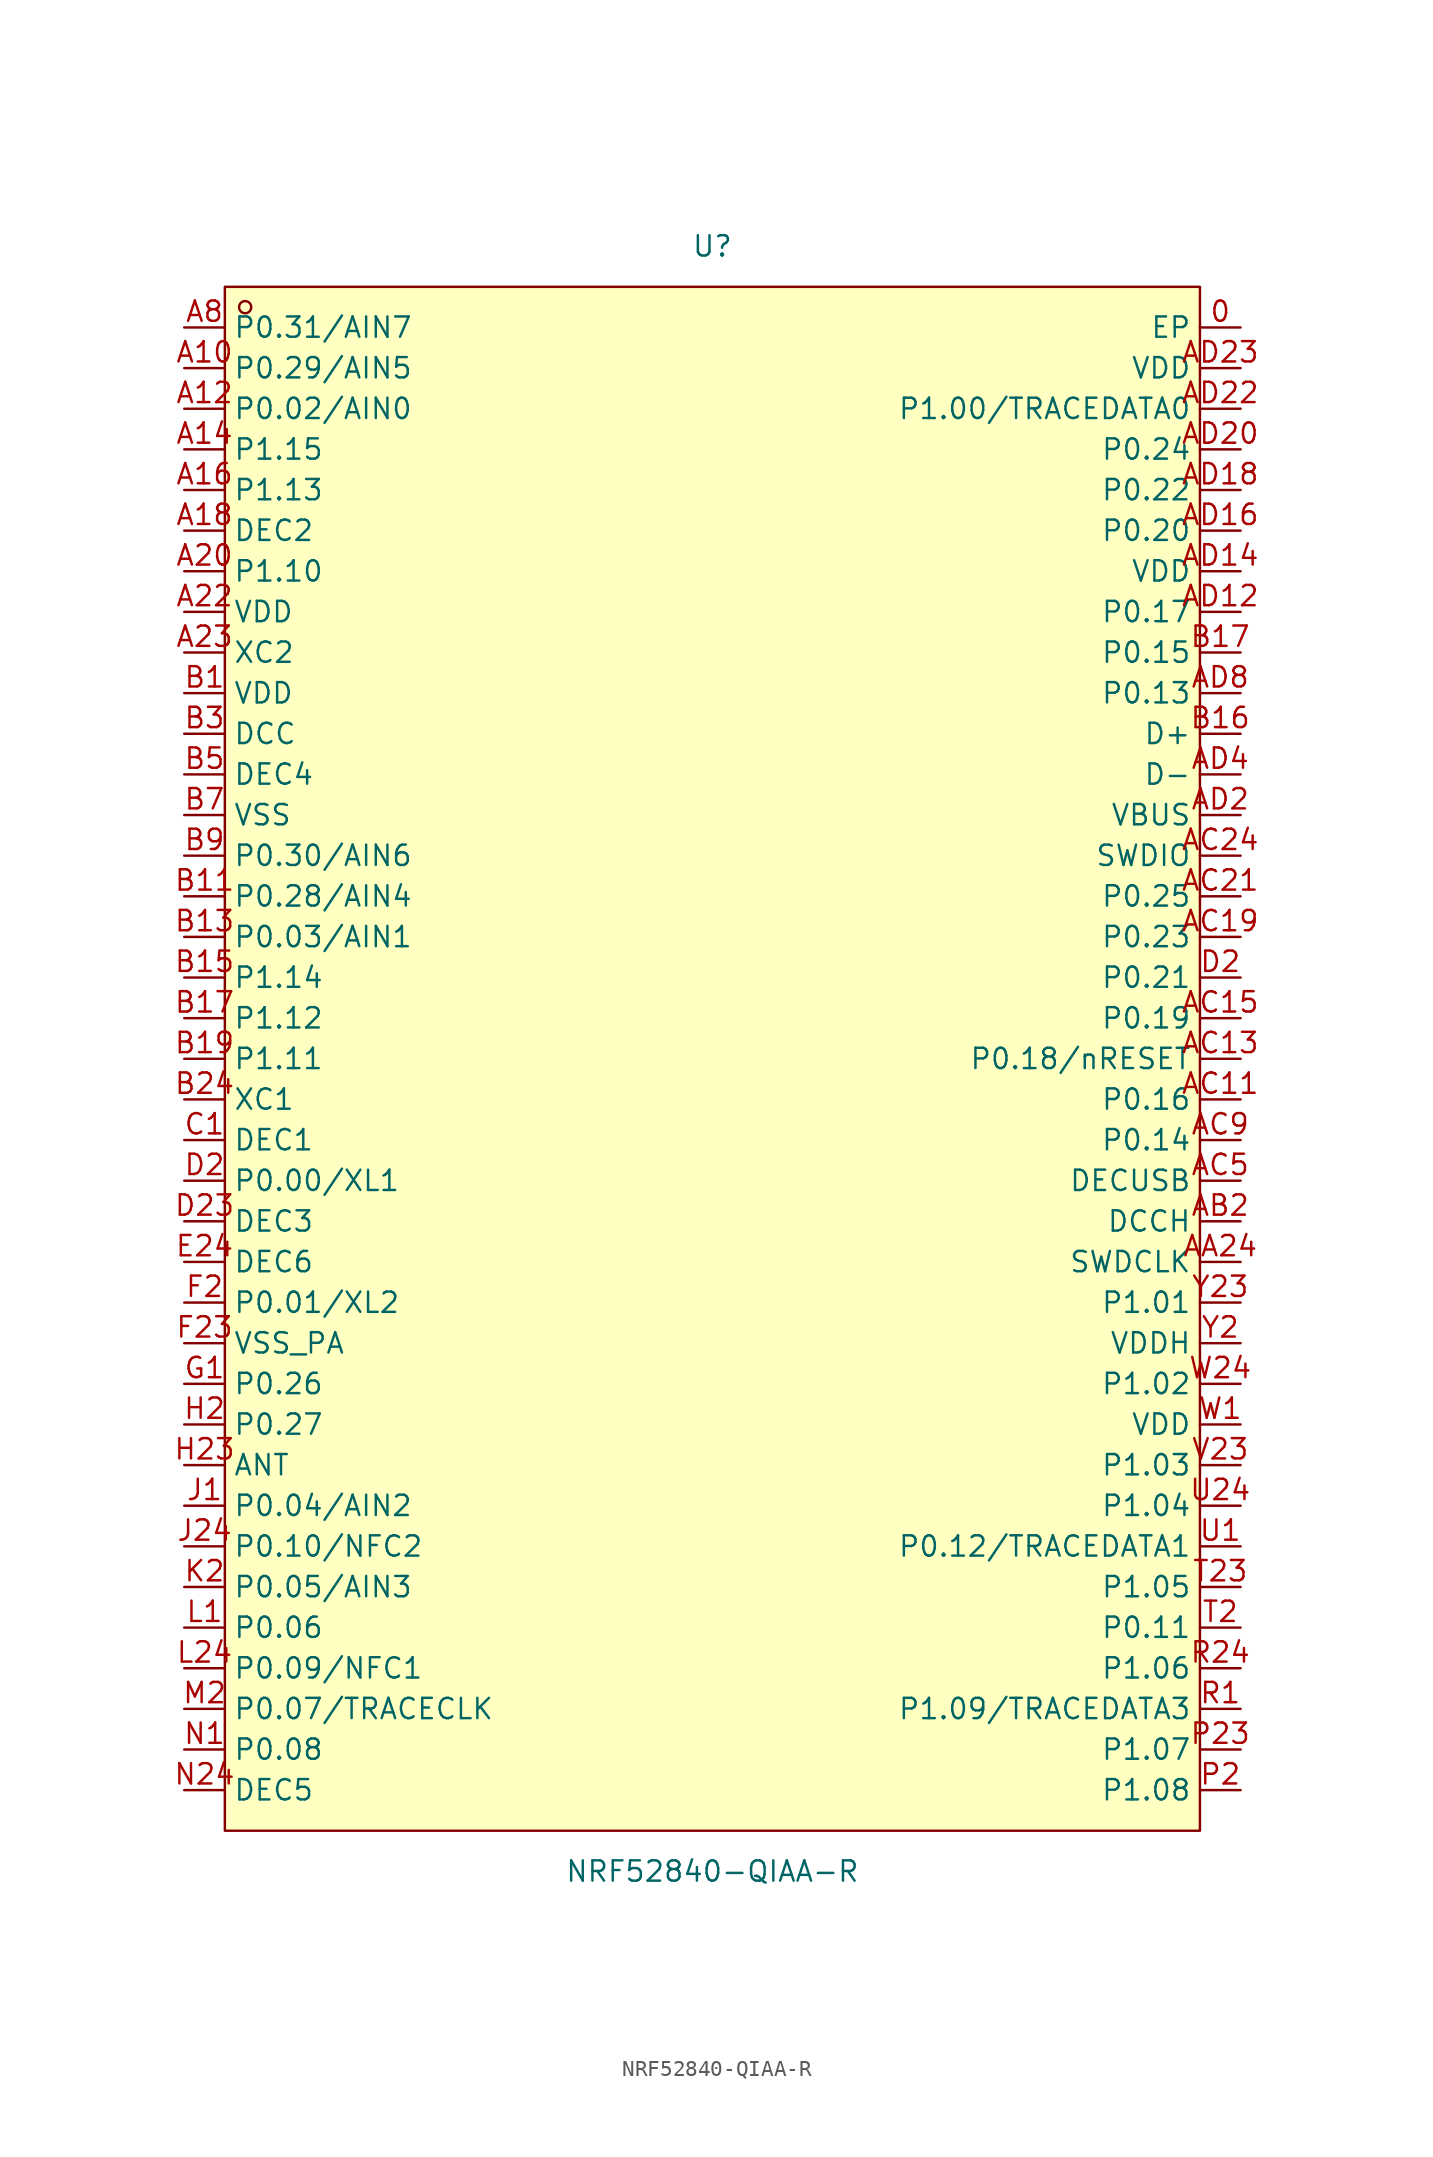
<source format=kicad_sym>
(kicad_symbol_lib
  (version 20211014)
  (generator https://github.com/uPesy/easyeda2kicad.py)
  (symbol "NRF52840-QIAA-R"
    (property "Reference" "U"
      (at 0 50.80 0)
      (effects (font (size 1.27 1.27))))
    (property "Value" "NRF52840-QIAA-R"
      (at 0 -50.80 0)
      (effects (font (size 1.27 1.27))))
    (symbol "NRF52840-QIAA-R_0_1"
      (rectangle (start -30.48 48.26) (end 30.48 -48.26) (stroke (width 0) (type default) (color 0 0 0 0)) (fill (type background)))
      (circle (center -29.21 46.99) (radius 0.38) (stroke (width 0) (type default) (color 0 0 0 0)) (fill (type none)))
      (pin unspecified line (at -33.02 45.72 0) (length 2.54) (name "P0.31/AIN7" (effects (font (size 1.27 1.27)))) (number "A8" (effects (font (size 1.27 1.27)))))
      (pin unspecified line (at -33.02 43.18 0) (length 2.54) (name "P0.29/AIN5" (effects (font (size 1.27 1.27)))) (number "A10" (effects (font (size 1.27 1.27)))))
      (pin unspecified line (at -33.02 40.64 0) (length 2.54) (name "P0.02/AIN0" (effects (font (size 1.27 1.27)))) (number "A12" (effects (font (size 1.27 1.27)))))
      (pin unspecified line (at -33.02 38.10 0) (length 2.54) (name "P1.15" (effects (font (size 1.27 1.27)))) (number "A14" (effects (font (size 1.27 1.27)))))
      (pin unspecified line (at -33.02 35.56 0) (length 2.54) (name "P1.13" (effects (font (size 1.27 1.27)))) (number "A16" (effects (font (size 1.27 1.27)))))
      (pin unspecified line (at -33.02 33.02 0) (length 2.54) (name "DEC2" (effects (font (size 1.27 1.27)))) (number "A18" (effects (font (size 1.27 1.27)))))
      (pin unspecified line (at -33.02 30.48 0) (length 2.54) (name "P1.10" (effects (font (size 1.27 1.27)))) (number "A20" (effects (font (size 1.27 1.27)))))
      (pin unspecified line (at -33.02 27.94 0) (length 2.54) (name "VDD" (effects (font (size 1.27 1.27)))) (number "A22" (effects (font (size 1.27 1.27)))))
      (pin unspecified line (at -33.02 25.40 0) (length 2.54) (name "XC2" (effects (font (size 1.27 1.27)))) (number "A23" (effects (font (size 1.27 1.27)))))
      (pin unspecified line (at -33.02 22.86 0) (length 2.54) (name "VDD" (effects (font (size 1.27 1.27)))) (number "B1" (effects (font (size 1.27 1.27)))))
      (pin unspecified line (at -33.02 20.32 0) (length 2.54) (name "DCC" (effects (font (size 1.27 1.27)))) (number "B3" (effects (font (size 1.27 1.27)))))
      (pin unspecified line (at -33.02 17.78 0) (length 2.54) (name "DEC4" (effects (font (size 1.27 1.27)))) (number "B5" (effects (font (size 1.27 1.27)))))
      (pin unspecified line (at -33.02 15.24 0) (length 2.54) (name "VSS" (effects (font (size 1.27 1.27)))) (number "B7" (effects (font (size 1.27 1.27)))))
      (pin unspecified line (at -33.02 12.70 0) (length 2.54) (name "P0.30/AIN6" (effects (font (size 1.27 1.27)))) (number "B9" (effects (font (size 1.27 1.27)))))
      (pin unspecified line (at -33.02 10.16 0) (length 2.54) (name "P0.28/AIN4" (effects (font (size 1.27 1.27)))) (number "B11" (effects (font (size 1.27 1.27)))))
      (pin unspecified line (at -33.02 7.62 0) (length 2.54) (name "P0.03/AIN1" (effects (font (size 1.27 1.27)))) (number "B13" (effects (font (size 1.27 1.27)))))
      (pin unspecified line (at -33.02 5.08 0) (length 2.54) (name "P1.14" (effects (font (size 1.27 1.27)))) (number "B15" (effects (font (size 1.27 1.27)))))
      (pin unspecified line (at -33.02 2.54 0) (length 2.54) (name "P1.12" (effects (font (size 1.27 1.27)))) (number "B17" (effects (font (size 1.27 1.27)))))
      (pin unspecified line (at -33.02 -0.00 0) (length 2.54) (name "P1.11" (effects (font (size 1.27 1.27)))) (number "B19" (effects (font (size 1.27 1.27)))))
      (pin unspecified line (at -33.02 -2.54 0) (length 2.54) (name "XC1" (effects (font (size 1.27 1.27)))) (number "B24" (effects (font (size 1.27 1.27)))))
      (pin unspecified line (at -33.02 -5.08 0) (length 2.54) (name "DEC1" (effects (font (size 1.27 1.27)))) (number "C1" (effects (font (size 1.27 1.27)))))
      (pin unspecified line (at -33.02 -7.62 0) (length 2.54) (name "P0.00/XL1" (effects (font (size 1.27 1.27)))) (number "D2" (effects (font (size 1.27 1.27)))))
      (pin unspecified line (at -33.02 -10.16 0) (length 2.54) (name "DEC3" (effects (font (size 1.27 1.27)))) (number "D23" (effects (font (size 1.27 1.27)))))
      (pin unspecified line (at -33.02 -12.70 0) (length 2.54) (name "DEC6" (effects (font (size 1.27 1.27)))) (number "E24" (effects (font (size 1.27 1.27)))))
      (pin unspecified line (at -33.02 -15.24 0) (length 2.54) (name "P0.01/XL2" (effects (font (size 1.27 1.27)))) (number "F2" (effects (font (size 1.27 1.27)))))
      (pin unspecified line (at -33.02 -17.78 0) (length 2.54) (name "VSS_PA" (effects (font (size 1.27 1.27)))) (number "F23" (effects (font (size 1.27 1.27)))))
      (pin unspecified line (at -33.02 -20.32 0) (length 2.54) (name "P0.26" (effects (font (size 1.27 1.27)))) (number "G1" (effects (font (size 1.27 1.27)))))
      (pin unspecified line (at -33.02 -22.86 0) (length 2.54) (name "P0.27" (effects (font (size 1.27 1.27)))) (number "H2" (effects (font (size 1.27 1.27)))))
      (pin unspecified line (at -33.02 -25.40 0) (length 2.54) (name "ANT" (effects (font (size 1.27 1.27)))) (number "H23" (effects (font (size 1.27 1.27)))))
      (pin unspecified line (at -33.02 -27.94 0) (length 2.54) (name "P0.04/AIN2" (effects (font (size 1.27 1.27)))) (number "J1" (effects (font (size 1.27 1.27)))))
      (pin unspecified line (at -33.02 -30.48 0) (length 2.54) (name "P0.10/NFC2" (effects (font (size 1.27 1.27)))) (number "J24" (effects (font (size 1.27 1.27)))))
      (pin unspecified line (at -33.02 -33.02 0) (length 2.54) (name "P0.05/AIN3" (effects (font (size 1.27 1.27)))) (number "K2" (effects (font (size 1.27 1.27)))))
      (pin unspecified line (at -33.02 -35.56 0) (length 2.54) (name "P0.06" (effects (font (size 1.27 1.27)))) (number "L1" (effects (font (size 1.27 1.27)))))
      (pin unspecified line (at -33.02 -38.10 0) (length 2.54) (name "P0.09/NFC1" (effects (font (size 1.27 1.27)))) (number "L24" (effects (font (size 1.27 1.27)))))
      (pin unspecified line (at -33.02 -40.64 0) (length 2.54) (name "P0.07/TRACECLK" (effects (font (size 1.27 1.27)))) (number "M2" (effects (font (size 1.27 1.27)))))
      (pin unspecified line (at -33.02 -43.18 0) (length 2.54) (name "P0.08" (effects (font (size 1.27 1.27)))) (number "N1" (effects (font (size 1.27 1.27)))))
      (pin unspecified line (at -33.02 -45.72 0) (length 2.54) (name "DEC5" (effects (font (size 1.27 1.27)))) (number "N24" (effects (font (size 1.27 1.27)))))
      (pin unspecified line (at 33.02 -45.72 180) (length 2.54) (name "P1.08" (effects (font (size 1.27 1.27)))) (number "P2" (effects (font (size 1.27 1.27)))))
      (pin unspecified line (at 33.02 -43.18 180) (length 2.54) (name "P1.07" (effects (font (size 1.27 1.27)))) (number "P23" (effects (font (size 1.27 1.27)))))
      (pin unspecified line (at 33.02 -40.64 180) (length 2.54) (name "P1.09/TRACEDATA3" (effects (font (size 1.27 1.27)))) (number "R1" (effects (font (size 1.27 1.27)))))
      (pin unspecified line (at 33.02 -38.10 180) (length 2.54) (name "P1.06" (effects (font (size 1.27 1.27)))) (number "R24" (effects (font (size 1.27 1.27)))))
      (pin unspecified line (at 33.02 -35.56 180) (length 2.54) (name "P0.11" (effects (font (size 1.27 1.27)))) (number "T2" (effects (font (size 1.27 1.27)))))
      (pin unspecified line (at 33.02 -33.02 180) (length 2.54) (name "P1.05" (effects (font (size 1.27 1.27)))) (number "T23" (effects (font (size 1.27 1.27)))))
      (pin unspecified line (at 33.02 -30.48 180) (length 2.54) (name "P0.12/TRACEDATA1" (effects (font (size 1.27 1.27)))) (number "U1" (effects (font (size 1.27 1.27)))))
      (pin unspecified line (at 33.02 -27.94 180) (length 2.54) (name "P1.04" (effects (font (size 1.27 1.27)))) (number "U24" (effects (font (size 1.27 1.27)))))
      (pin unspecified line (at 33.02 -25.40 180) (length 2.54) (name "P1.03" (effects (font (size 1.27 1.27)))) (number "V23" (effects (font (size 1.27 1.27)))))
      (pin unspecified line (at 33.02 -22.86 180) (length 2.54) (name "VDD" (effects (font (size 1.27 1.27)))) (number "W1" (effects (font (size 1.27 1.27)))))
      (pin unspecified line (at 33.02 -20.32 180) (length 2.54) (name "P1.02" (effects (font (size 1.27 1.27)))) (number "W24" (effects (font (size 1.27 1.27)))))
      (pin unspecified line (at 33.02 -17.78 180) (length 2.54) (name "VDDH" (effects (font (size 1.27 1.27)))) (number "Y2" (effects (font (size 1.27 1.27)))))
      (pin unspecified line (at 33.02 -15.24 180) (length 2.54) (name "P1.01" (effects (font (size 1.27 1.27)))) (number "Y23" (effects (font (size 1.27 1.27)))))
      (pin unspecified line (at 33.02 -12.70 180) (length 2.54) (name "SWDCLK" (effects (font (size 1.27 1.27)))) (number "AA24" (effects (font (size 1.27 1.27)))))
      (pin unspecified line (at 33.02 -10.16 180) (length 2.54) (name "DCCH" (effects (font (size 1.27 1.27)))) (number "AB2" (effects (font (size 1.27 1.27)))))
      (pin unspecified line (at 33.02 -7.62 180) (length 2.54) (name "DECUSB" (effects (font (size 1.27 1.27)))) (number "AC5" (effects (font (size 1.27 1.27)))))
      (pin unspecified line (at 33.02 -5.08 180) (length 2.54) (name "P0.14" (effects (font (size 1.27 1.27)))) (number "AC9" (effects (font (size 1.27 1.27)))))
      (pin unspecified line (at 33.02 -2.54 180) (length 2.54) (name "P0.16" (effects (font (size 1.27 1.27)))) (number "AC11" (effects (font (size 1.27 1.27)))))
      (pin unspecified line (at 33.02 -0.00 180) (length 2.54) (name "P0.18/nRESET" (effects (font (size 1.27 1.27)))) (number "AC13" (effects (font (size 1.27 1.27)))))
      (pin unspecified line (at 33.02 2.54 180) (length 2.54) (name "P0.19" (effects (font (size 1.27 1.27)))) (number "AC15" (effects (font (size 1.27 1.27)))))
      (pin unspecified line (at 33.02 5.08 180) (length 2.54) (name "P0.21" (effects (font (size 1.27 1.27)))) (number "D2" (effects (font (size 1.27 1.27)))))
      (pin unspecified line (at 33.02 7.62 180) (length 2.54) (name "P0.23" (effects (font (size 1.27 1.27)))) (number "AC19" (effects (font (size 1.27 1.27)))))
      (pin unspecified line (at 33.02 10.16 180) (length 2.54) (name "P0.25" (effects (font (size 1.27 1.27)))) (number "AC21" (effects (font (size 1.27 1.27)))))
      (pin unspecified line (at 33.02 12.70 180) (length 2.54) (name "SWDIO" (effects (font (size 1.27 1.27)))) (number "AC24" (effects (font (size 1.27 1.27)))))
      (pin unspecified line (at 33.02 15.24 180) (length 2.54) (name "VBUS" (effects (font (size 1.27 1.27)))) (number "AD2" (effects (font (size 1.27 1.27)))))
      (pin unspecified line (at 33.02 17.78 180) (length 2.54) (name "D-" (effects (font (size 1.27 1.27)))) (number "AD4" (effects (font (size 1.27 1.27)))))
      (pin unspecified line (at 33.02 20.32 180) (length 2.54) (name "D+" (effects (font (size 1.27 1.27)))) (number "B16" (effects (font (size 1.27 1.27)))))
      (pin unspecified line (at 33.02 22.86 180) (length 2.54) (name "P0.13" (effects (font (size 1.27 1.27)))) (number "AD8" (effects (font (size 1.27 1.27)))))
      (pin unspecified line (at 33.02 25.40 180) (length 2.54) (name "P0.15" (effects (font (size 1.27 1.27)))) (number "B17" (effects (font (size 1.27 1.27)))))
      (pin unspecified line (at 33.02 27.94 180) (length 2.54) (name "P0.17" (effects (font (size 1.27 1.27)))) (number "AD12" (effects (font (size 1.27 1.27)))))
      (pin unspecified line (at 33.02 30.48 180) (length 2.54) (name "VDD" (effects (font (size 1.27 1.27)))) (number "AD14" (effects (font (size 1.27 1.27)))))
      (pin unspecified line (at 33.02 33.02 180) (length 2.54) (name "P0.20" (effects (font (size 1.27 1.27)))) (number "AD16" (effects (font (size 1.27 1.27)))))
      (pin unspecified line (at 33.02 35.56 180) (length 2.54) (name "P0.22" (effects (font (size 1.27 1.27)))) (number "AD18" (effects (font (size 1.27 1.27)))))
      (pin unspecified line (at 33.02 38.10 180) (length 2.54) (name "P0.24" (effects (font (size 1.27 1.27)))) (number "AD20" (effects (font (size 1.27 1.27)))))
      (pin unspecified line (at 33.02 40.64 180) (length 2.54) (name "P1.00/TRACEDATA0" (effects (font (size 1.27 1.27)))) (number "AD22" (effects (font (size 1.27 1.27)))))
      (pin unspecified line (at 33.02 43.18 180) (length 2.54) (name "VDD" (effects (font (size 1.27 1.27)))) (number "AD23" (effects (font (size 1.27 1.27)))))
      (pin unspecified line (at 33.02 45.72 180) (length 2.54) (name "EP" (effects (font (size 1.27 1.27)))) (number "0" (effects (font (size 1.27 1.27))))))))
</source>
